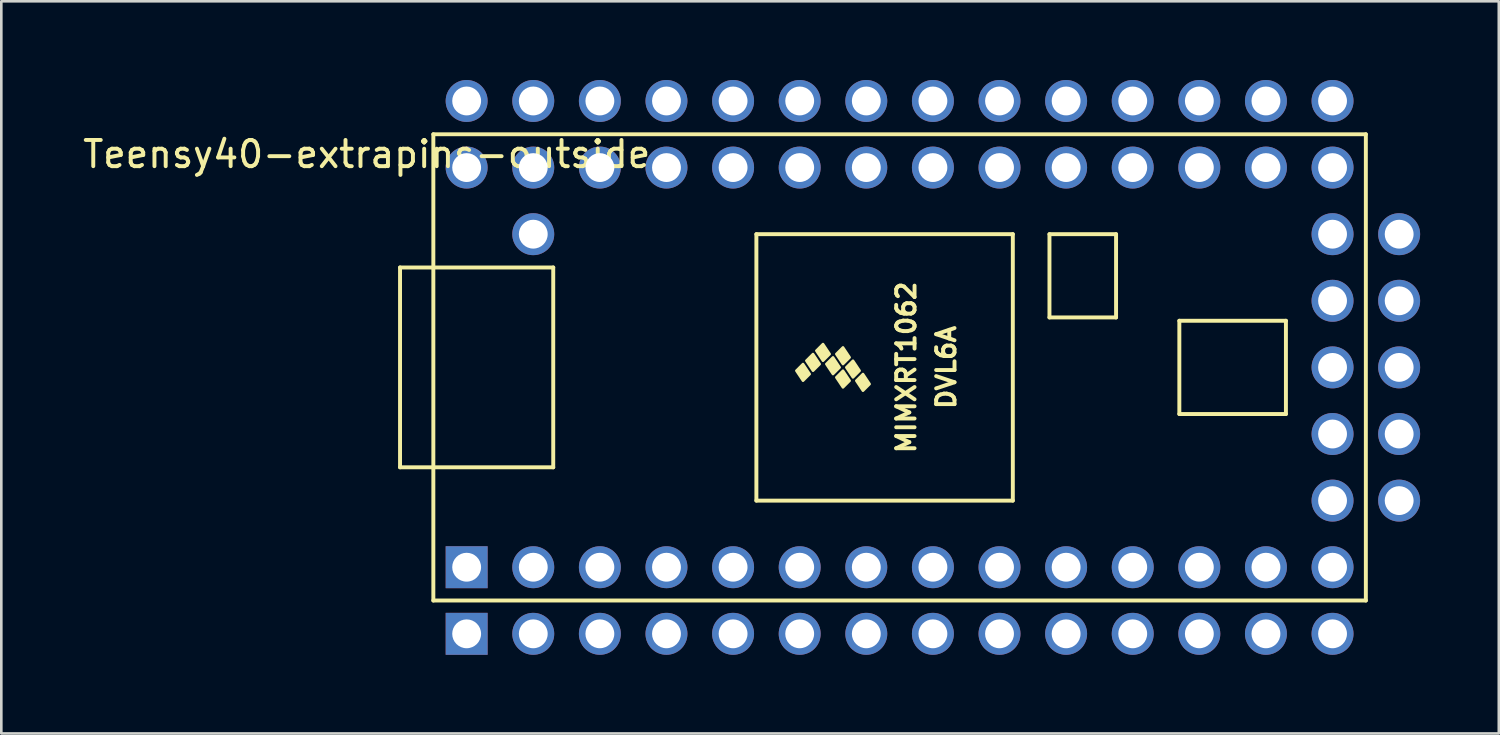
<source format=kicad_pcb>
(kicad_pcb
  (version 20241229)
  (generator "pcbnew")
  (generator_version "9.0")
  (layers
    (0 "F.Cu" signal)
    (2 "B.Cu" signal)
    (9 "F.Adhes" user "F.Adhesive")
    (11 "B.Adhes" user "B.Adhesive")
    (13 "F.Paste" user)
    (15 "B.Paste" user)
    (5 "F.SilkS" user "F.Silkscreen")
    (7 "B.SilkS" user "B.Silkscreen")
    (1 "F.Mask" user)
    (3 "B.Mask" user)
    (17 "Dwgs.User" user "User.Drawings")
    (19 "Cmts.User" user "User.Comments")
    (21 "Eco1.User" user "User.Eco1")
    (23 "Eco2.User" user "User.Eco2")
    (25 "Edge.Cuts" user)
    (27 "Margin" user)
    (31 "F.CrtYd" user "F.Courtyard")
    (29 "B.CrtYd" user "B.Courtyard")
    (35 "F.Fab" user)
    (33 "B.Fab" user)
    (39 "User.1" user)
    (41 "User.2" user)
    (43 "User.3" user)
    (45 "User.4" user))
  (footprint "Teensy40-extrapins-outside"
    (layer "F.Cu")
    (at 31.255 10.96)
    (property "Reference" "Teensy40-extrapins-outside" (at -20.32 -8.128 0) (layer "F.SilkS") (effects (font (size 1 1) (thickness 0.15))))
    (attr through_hole)
    (fp_line (start -19.05 -3.81) (end -17.78 -3.81) (stroke (width 0.15) (type solid)) (layer "F.SilkS"))
    (fp_line (start -19.05 3.81) (end -19.05 -3.81) (stroke (width 0.15) (type solid)) (layer "F.SilkS"))
    (fp_line (start -17.78 -8.89) (end 17.78 -8.89) (stroke (width 0.15) (type solid)) (layer "F.SilkS"))
    (fp_line (start -17.78 3.81) (end -19.05 3.81) (stroke (width 0.15) (type solid)) (layer "F.SilkS"))
    (fp_line (start -17.78 8.89) (end -17.78 -8.89) (stroke (width 0.15) (type solid)) (layer "F.SilkS"))
    (fp_line (start -13.208 -3.81) (end -17.78 -3.81) (stroke (width 0.15) (type solid)) (layer "F.SilkS"))
    (fp_line (start -13.208 3.81) (end -17.78 3.81) (stroke (width 0.15) (type solid)) (layer "F.SilkS"))
    (fp_line (start -13.208 3.81) (end -13.208 -3.81) (stroke (width 0.15) (type solid)) (layer "F.SilkS"))
    (fp_line (start -5.461 -5.08) (end -5.461 5.08) (stroke (width 0.15) (type solid)) (layer "F.SilkS"))
    (fp_line (start 4.318 -5.08) (end -5.461 -5.08) (stroke (width 0.15) (type solid)) (layer "F.SilkS"))
    (fp_line (start 4.318 5.08) (end -5.461 5.08) (stroke (width 0.15) (type solid)) (layer "F.SilkS"))
    (fp_line (start 4.318 5.08) (end 4.318 -5.08) (stroke (width 0.15) (type solid)) (layer "F.SilkS"))
    (fp_line (start 5.715 -5.08) (end 8.255 -5.08) (stroke (width 0.15) (type solid)) (layer "F.SilkS"))
    (fp_line (start 5.715 -1.905) (end 5.715 -5.08) (stroke (width 0.15) (type solid)) (layer "F.SilkS"))
    (fp_line (start 8.255 -5.08) (end 8.255 -1.905) (stroke (width 0.15) (type solid)) (layer "F.SilkS"))
    (fp_line (start 8.255 -1.905) (end 5.715 -1.905) (stroke (width 0.15) (type solid)) (layer "F.SilkS"))
    (fp_line (start 10.668 -1.778) (end 14.732 -1.778) (stroke (width 0.15) (type solid)) (layer "F.SilkS"))
    (fp_line (start 10.668 1.778) (end 10.668 -1.778) (stroke (width 0.15) (type solid)) (layer "F.SilkS"))
    (fp_line (start 14.732 -1.778) (end 14.732 1.778) (stroke (width 0.15) (type solid)) (layer "F.SilkS"))
    (fp_line (start 14.732 1.778) (end 10.668 1.778) (stroke (width 0.15) (type solid)) (layer "F.SilkS"))
    (fp_line (start 17.78 -8.89) (end 17.78 8.89) (stroke (width 0.15) (type solid)) (layer "F.SilkS"))
    (fp_line (start 17.78 8.89) (end -17.78 8.89) (stroke (width 0.15) (type solid)) (layer "F.SilkS"))
    (fp_poly (pts (xy -3.937 0.127) (xy -3.683 -0.127) (xy -3.429 0.254) (xy -3.683 0.508)) (stroke (width 0.1) (type solid)) (fill yes) (layer "F.SilkS"))
    (fp_poly (pts (xy -3.556 -0.254) (xy -3.302 -0.508) (xy -3.048 -0.127) (xy -3.302 0.127)) (stroke (width 0.1) (type solid)) (fill yes) (layer "F.SilkS"))
    (fp_poly (pts (xy -3.175 -0.635) (xy -2.921 -0.889) (xy -2.667 -0.508) (xy -2.921 -0.254)) (stroke (width 0.1) (type solid)) (fill yes) (layer "F.SilkS"))
    (fp_poly (pts (xy -2.794 -0.127) (xy -2.54 -0.381) (xy -2.286 0) (xy -2.54 0.254)) (stroke (width 0.1) (type solid)) (fill yes) (layer "F.SilkS"))
    (fp_poly (pts (xy -2.413 -0.508) (xy -2.159 -0.762) (xy -1.905 -0.381) (xy -2.159 -0.127)) (stroke (width 0.1) (type solid)) (fill yes) (layer "F.SilkS"))
    (fp_poly (pts (xy -2.413 0.381) (xy -2.159 0.127) (xy -1.905 0.508) (xy -2.159 0.762)) (stroke (width 0.1) (type solid)) (fill yes) (layer "F.SilkS"))
    (fp_poly (pts (xy -2.032 0) (xy -1.778 -0.254) (xy -1.524 0.127) (xy -1.778 0.381)) (stroke (width 0.1) (type solid)) (fill yes) (layer "F.SilkS"))
    (fp_poly (pts (xy -1.651 0.508) (xy -1.397 0.254) (xy -1.143 0.635) (xy -1.397 0.889)) (stroke (width 0.1) (type solid)) (fill yes) (layer "F.SilkS"))
    (fp_text user "DVL6A" (at 1.778 0 90) (layer "F.SilkS") (effects (font (size 0.7 0.7) (thickness 0.15))))
    (fp_text user "MIMXRT1062" (at 0.254 0 90) (layer "F.SilkS") (effects (font (size 0.7 0.7) (thickness 0.15))))
    (pad "1" thru_hole rect (at -16.51 7.62) (size 1.6 1.6) (drill 1.1) (layers "*.Cu" "*.Mask"))
    (pad "1" thru_hole rect (at -16.51 10.16) (size 1.6 1.6) (drill 1.1) (layers "*.Cu" "*.Mask"))
    (pad "2" thru_hole circle (at -13.97 7.62) (size 1.6 1.6) (drill 1.1) (layers "*.Cu" "*.Mask"))
    (pad "2" thru_hole circle (at -13.97 10.16) (size 1.6 1.6) (drill 1.1) (layers "*.Cu" "*.Mask"))
    (pad "3" thru_hole circle (at -11.43 7.62) (size 1.6 1.6) (drill 1.1) (layers "*.Cu" "*.Mask"))
    (pad "3" thru_hole circle (at -11.43 10.16) (size 1.6 1.6) (drill 1.1) (layers "*.Cu" "*.Mask"))
    (pad "4" thru_hole circle (at -8.89 7.62) (size 1.6 1.6) (drill 1.1) (layers "*.Cu" "*.Mask"))
    (pad "4" thru_hole circle (at -8.89 10.16) (size 1.6 1.6) (drill 1.1) (layers "*.Cu" "*.Mask"))
    (pad "5" thru_hole circle (at -6.35 7.62) (size 1.6 1.6) (drill 1.1) (layers "*.Cu" "*.Mask"))
    (pad "5" thru_hole circle (at -6.35 10.16) (size 1.6 1.6) (drill 1.1) (layers "*.Cu" "*.Mask"))
    (pad "6" thru_hole circle (at -3.81 7.62) (size 1.6 1.6) (drill 1.1) (layers "*.Cu" "*.Mask"))
    (pad "6" thru_hole circle (at -3.81 10.16) (size 1.6 1.6) (drill 1.1) (layers "*.Cu" "*.Mask"))
    (pad "7" thru_hole circle (at -1.27 7.62) (size 1.6 1.6) (drill 1.1) (layers "*.Cu" "*.Mask"))
    (pad "7" thru_hole circle (at -1.27 10.16) (size 1.6 1.6) (drill 1.1) (layers "*.Cu" "*.Mask"))
    (pad "8" thru_hole circle (at 1.27 7.62) (size 1.6 1.6) (drill 1.1) (layers "*.Cu" "*.Mask"))
    (pad "8" thru_hole circle (at 1.27 10.16) (size 1.6 1.6) (drill 1.1) (layers "*.Cu" "*.Mask"))
    (pad "9" thru_hole circle (at 3.81 7.62) (size 1.6 1.6) (drill 1.1) (layers "*.Cu" "*.Mask"))
    (pad "9" thru_hole circle (at 3.81 10.16) (size 1.6 1.6) (drill 1.1) (layers "*.Cu" "*.Mask"))
    (pad "10" thru_hole circle (at 6.35 7.62) (size 1.6 1.6) (drill 1.1) (layers "*.Cu" "*.Mask"))
    (pad "10" thru_hole circle (at 6.35 10.16) (size 1.6 1.6) (drill 1.1) (layers "*.Cu" "*.Mask"))
    (pad "11" thru_hole circle (at 8.89 7.62) (size 1.6 1.6) (drill 1.1) (layers "*.Cu" "*.Mask"))
    (pad "11" thru_hole circle (at 8.89 10.16) (size 1.6 1.6) (drill 1.1) (layers "*.Cu" "*.Mask"))
    (pad "12" thru_hole circle (at 11.43 7.62) (size 1.6 1.6) (drill 1.1) (layers "*.Cu" "*.Mask"))
    (pad "12" thru_hole circle (at 11.43 10.16) (size 1.6 1.6) (drill 1.1) (layers "*.Cu" "*.Mask"))
    (pad "13" thru_hole circle (at 13.97 7.62) (size 1.6 1.6) (drill 1.1) (layers "*.Cu" "*.Mask"))
    (pad "13" thru_hole circle (at 13.97 10.16) (size 1.6 1.6) (drill 1.1) (layers "*.Cu" "*.Mask"))
    (pad "14" thru_hole circle (at 16.51 7.62) (size 1.6 1.6) (drill 1.1) (layers "*.Cu" "*.Mask"))
    (pad "14" thru_hole circle (at 16.51 10.16) (size 1.6 1.6) (drill 1.1) (layers "*.Cu" "*.Mask"))
    (pad "15" thru_hole circle (at 16.51 5.08) (size 1.6 1.6) (drill 1.1) (layers "*.Cu" "*.Mask"))
    (pad "15" thru_hole circle (at 19.05 5.08) (size 1.6 1.6) (drill 1.1) (layers "*.Cu" "*.Mask"))
    (pad "16" thru_hole circle (at 16.51 2.54) (size 1.6 1.6) (drill 1.1) (layers "*.Cu" "*.Mask"))
    (pad "16" thru_hole circle (at 19.05 2.54) (size 1.6 1.6) (drill 1.1) (layers "*.Cu" "*.Mask"))
    (pad "17" thru_hole circle (at 16.51 0) (size 1.6 1.6) (drill 1.1) (layers "*.Cu" "*.Mask"))
    (pad "17" thru_hole circle (at 19.05 0) (size 1.6 1.6) (drill 1.1) (layers "*.Cu" "*.Mask"))
    (pad "18" thru_hole circle (at 16.51 -2.54) (size 1.6 1.6) (drill 1.1) (layers "*.Cu" "*.Mask"))
    (pad "18" thru_hole circle (at 19.05 -2.54) (size 1.6 1.6) (drill 1.1) (layers "*.Cu" "*.Mask"))
    (pad "19" thru_hole circle (at 16.51 -5.08) (size 1.6 1.6) (drill 1.1) (layers "*.Cu" "*.Mask"))
    (pad "19" thru_hole circle (at 19.05 -5.08) (size 1.6 1.6) (drill 1.1) (layers "*.Cu" "*.Mask"))
    (pad "20" thru_hole circle (at 16.51 -10.16) (size 1.6 1.6) (drill 1.1) (layers "*.Cu" "*.Mask"))
    (pad "20" thru_hole circle (at 16.51 -7.62) (size 1.6 1.6) (drill 1.1) (layers "*.Cu" "*.Mask"))
    (pad "21" thru_hole circle (at 13.97 -10.16) (size 1.6 1.6) (drill 1.1) (layers "*.Cu" "*.Mask"))
    (pad "21" thru_hole circle (at 13.97 -7.62) (size 1.6 1.6) (drill 1.1) (layers "*.Cu" "*.Mask"))
    (pad "22" thru_hole circle (at 11.43 -10.16) (size 1.6 1.6) (drill 1.1) (layers "*.Cu" "*.Mask"))
    (pad "22" thru_hole circle (at 11.43 -7.62) (size 1.6 1.6) (drill 1.1) (layers "*.Cu" "*.Mask"))
    (pad "23" thru_hole circle (at 8.89 -10.16) (size 1.6 1.6) (drill 1.1) (layers "*.Cu" "*.Mask"))
    (pad "23" thru_hole circle (at 8.89 -7.62) (size 1.6 1.6) (drill 1.1) (layers "*.Cu" "*.Mask"))
    (pad "24" thru_hole circle (at 6.35 -10.16) (size 1.6 1.6) (drill 1.1) (layers "*.Cu" "*.Mask"))
    (pad "24" thru_hole circle (at 6.35 -7.62) (size 1.6 1.6) (drill 1.1) (layers "*.Cu" "*.Mask"))
    (pad "25" thru_hole circle (at 3.81 -10.16) (size 1.6 1.6) (drill 1.1) (layers "*.Cu" "*.Mask"))
    (pad "25" thru_hole circle (at 3.81 -7.62) (size 1.6 1.6) (drill 1.1) (layers "*.Cu" "*.Mask"))
    (pad "26" thru_hole circle (at 1.27 -10.16) (size 1.6 1.6) (drill 1.1) (layers "*.Cu" "*.Mask"))
    (pad "26" thru_hole circle (at 1.27 -7.62) (size 1.6 1.6) (drill 1.1) (layers "*.Cu" "*.Mask"))
    (pad "27" thru_hole circle (at -1.27 -10.16) (size 1.6 1.6) (drill 1.1) (layers "*.Cu" "*.Mask"))
    (pad "27" thru_hole circle (at -1.27 -7.62) (size 1.6 1.6) (drill 1.1) (layers "*.Cu" "*.Mask"))
    (pad "28" thru_hole circle (at -3.81 -10.16) (size 1.6 1.6) (drill 1.1) (layers "*.Cu" "*.Mask"))
    (pad "28" thru_hole circle (at -3.81 -7.62) (size 1.6 1.6) (drill 1.1) (layers "*.Cu" "*.Mask"))
    (pad "29" thru_hole circle (at -6.35 -10.16) (size 1.6 1.6) (drill 1.1) (layers "*.Cu" "*.Mask"))
    (pad "29" thru_hole circle (at -6.35 -7.62) (size 1.6 1.6) (drill 1.1) (layers "*.Cu" "*.Mask"))
    (pad "30" thru_hole circle (at -8.89 -10.16) (size 1.6 1.6) (drill 1.1) (layers "*.Cu" "*.Mask"))
    (pad "30" thru_hole circle (at -8.89 -7.62) (size 1.6 1.6) (drill 1.1) (layers "*.Cu" "*.Mask"))
    (pad "31" thru_hole circle (at -11.43 -10.16) (size 1.6 1.6) (drill 1.1) (layers "*.Cu" "*.Mask"))
    (pad "31" thru_hole circle (at -11.43 -7.62) (size 1.6 1.6) (drill 1.1) (layers "*.Cu" "*.Mask"))
    (pad "32" thru_hole circle (at -13.97 -10.16) (size 1.6 1.6) (drill 1.1) (layers "*.Cu" "*.Mask"))
    (pad "32" thru_hole circle (at -13.97 -7.62) (size 1.6 1.6) (drill 1.1) (layers "*.Cu" "*.Mask"))
    (pad "33" thru_hole circle (at -16.51 -10.16) (size 1.6 1.6) (drill 1.1) (layers "*.Cu" "*.Mask"))
    (pad "33" thru_hole circle (at -16.51 -7.62) (size 1.6 1.6) (drill 1.1) (layers "*.Cu" "*.Mask"))
    (pad "34" thru_hole circle (at -13.97 -5.08) (size 1.6 1.6) (drill 1.1) (layers "*.Cu" "*.Mask")))
  (gr_rect
    (start -3 -3)
    (end 54.105 24.92)
    (stroke (width 0.1) (type default))
    (fill no)
    (layer "Edge.Cuts")))
</source>
